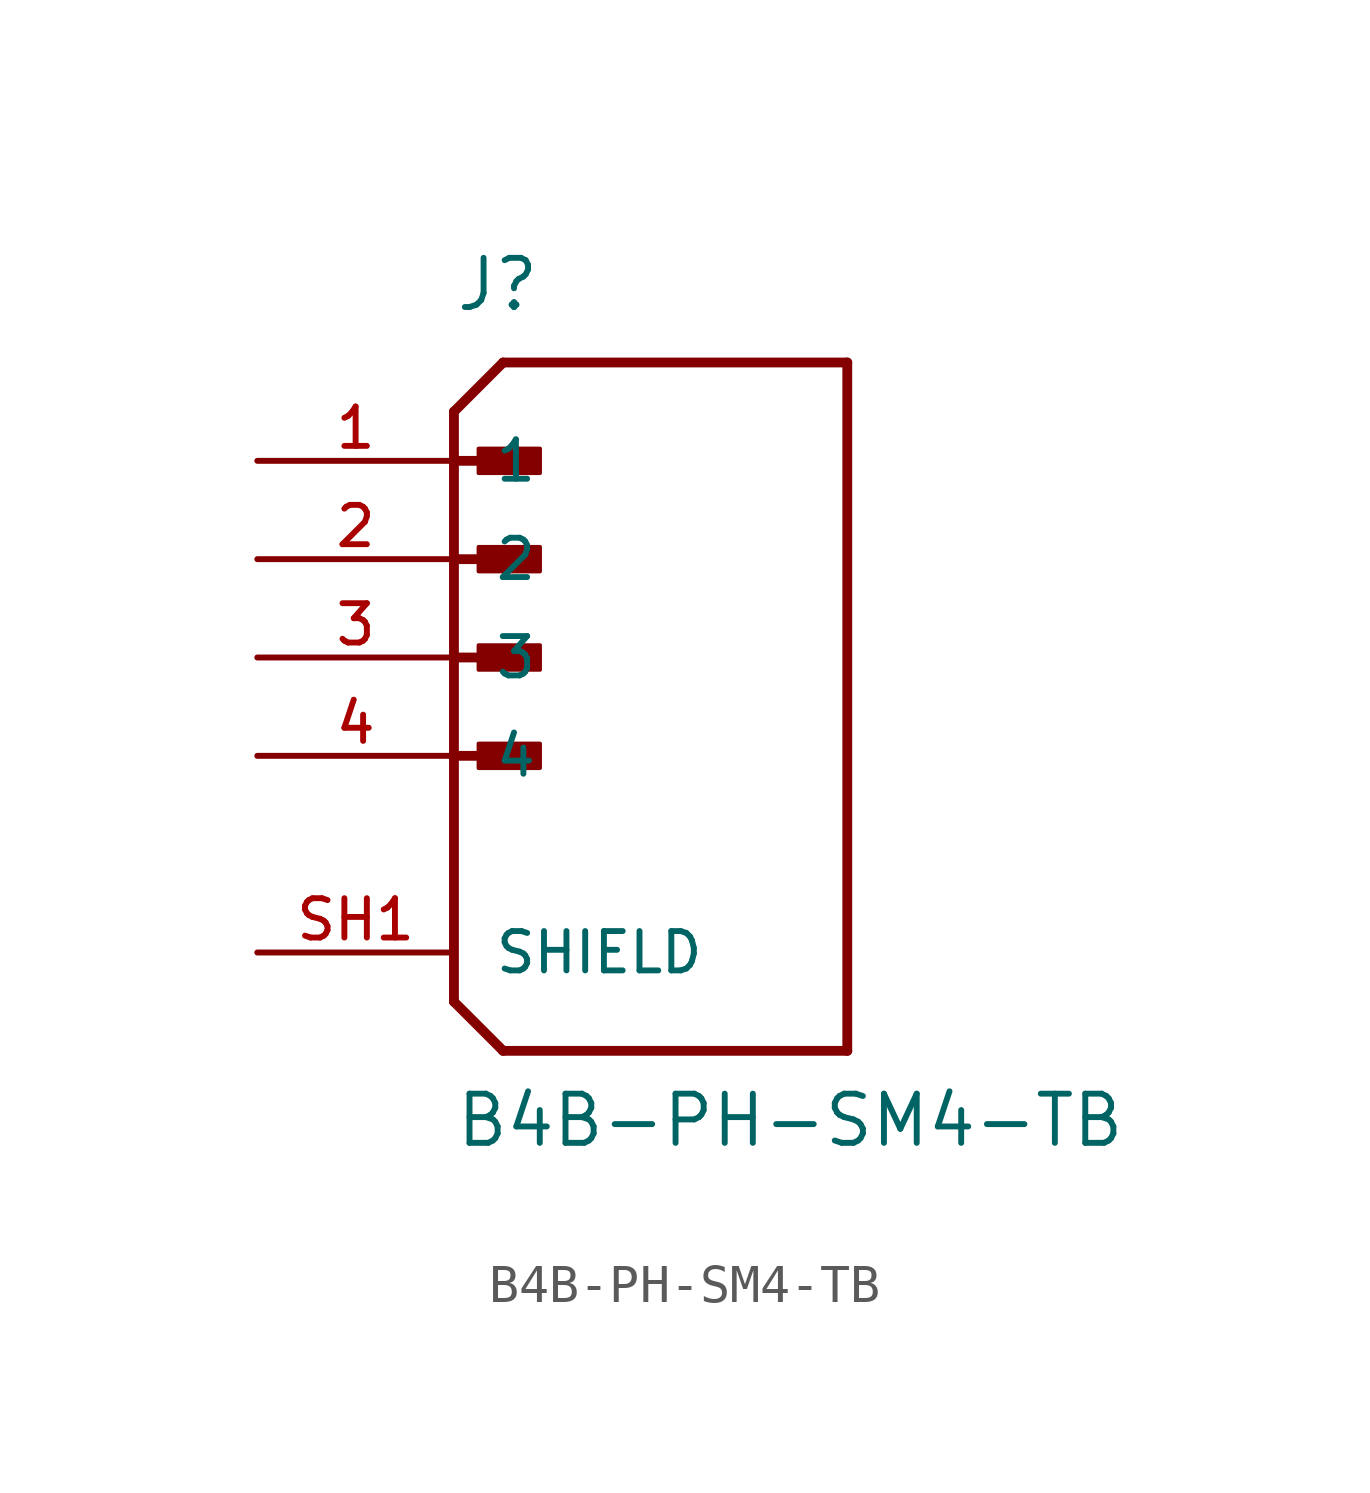
<source format=kicad_sym>
(kicad_symbol_lib
  (version 20211014)
  (generator kicad_symbol_editor)
  (symbol "B4B-PH-SM4-TB"
    (pin_names
      (offset 1.016))
    (property "Reference" "J"
      (at 0.0 8.89 0)
      (effects (font (size 1.27 1.27)) (justify bottom left)))
    (property "Value" "B4B-PH-SM4-TB"
      (at 0.0 -12.7 0)
      (effects (font (size 1.27 1.27)) (justify bottom left)))
    (symbol "B4B-PH-SM4-TB_0_0"
      (polyline (pts (xy 0.0 6.35) (xy 1.27 7.62)) (stroke (width 0.254)))
      (polyline (pts (xy 0.0 6.35) (xy 0.0 -8.89)) (stroke (width 0.254)))
      (polyline (pts (xy 0.0 -8.89) (xy 1.27 -10.16)) (stroke (width 0.254)))
      (polyline (pts (xy 1.27 -10.16) (xy 10.16 -10.16)) (stroke (width 0.254)))
      (polyline (pts (xy 10.16 -10.16) (xy 10.16 7.62)) (stroke (width 0.254)))
      (polyline (pts (xy 10.16 7.62) (xy 1.27 7.62)) (stroke (width 0.254)))
      (rectangle (start 0.635 4.763) (end 2.223 5.397) (stroke (width 0.1)) (fill (type outline)))
      (polyline (pts (xy 0.0 2.54) (xy 1.905 2.54)) (stroke (width 0.254)))
      (rectangle (start 0.635 2.223) (end 2.223 2.857) (stroke (width 0.1)) (fill (type outline)))
      (polyline (pts (xy 0.0 0.0) (xy 1.905 0.0)) (stroke (width 0.254)))
      (rectangle (start 0.635 -0.318) (end 2.223 0.318) (stroke (width 0.1)) (fill (type outline)))
      (polyline (pts (xy 0.0 -2.54) (xy 1.905 -2.54)) (stroke (width 0.254)))
      (rectangle (start 0.635 -2.857) (end 2.223 -2.223) (stroke (width 0.1)) (fill (type outline)))
      (polyline (pts (xy 0.0 5.08) (xy 1.905 5.08)) (stroke (width 0.254)))
      (pin passive line (at -5.08 5.08 0) (length 5.08) (name "1" (effects (font (size 1.016 1.016)))) (number "1" (effects (font (size 1.016 1.016)))))
      (pin passive line (at -5.08 2.54 0) (length 5.08) (name "2" (effects (font (size 1.016 1.016)))) (number "2" (effects (font (size 1.016 1.016)))))
      (pin passive line (at -5.08 0.0 0) (length 5.08) (name "3" (effects (font (size 1.016 1.016)))) (number "3" (effects (font (size 1.016 1.016)))))
      (pin passive line (at -5.08 -2.54 0) (length 5.08) (name "4" (effects (font (size 1.016 1.016)))) (number "4" (effects (font (size 1.016 1.016)))))
      (pin passive line (at -5.08 -7.62 0) (length 5.08) (name "SHIELD" (effects (font (size 1.016 1.016)))) (number "SH1" (effects (font (size 1.016 1.016)))))
      (pin passive line (at -5.08 -7.62 0) (length 5.08) hide (name "SHIELD" (effects (font (size 1.016 1.016)))) (number "SH2" (effects (font (size 1.016 1.016))))))))
</source>
